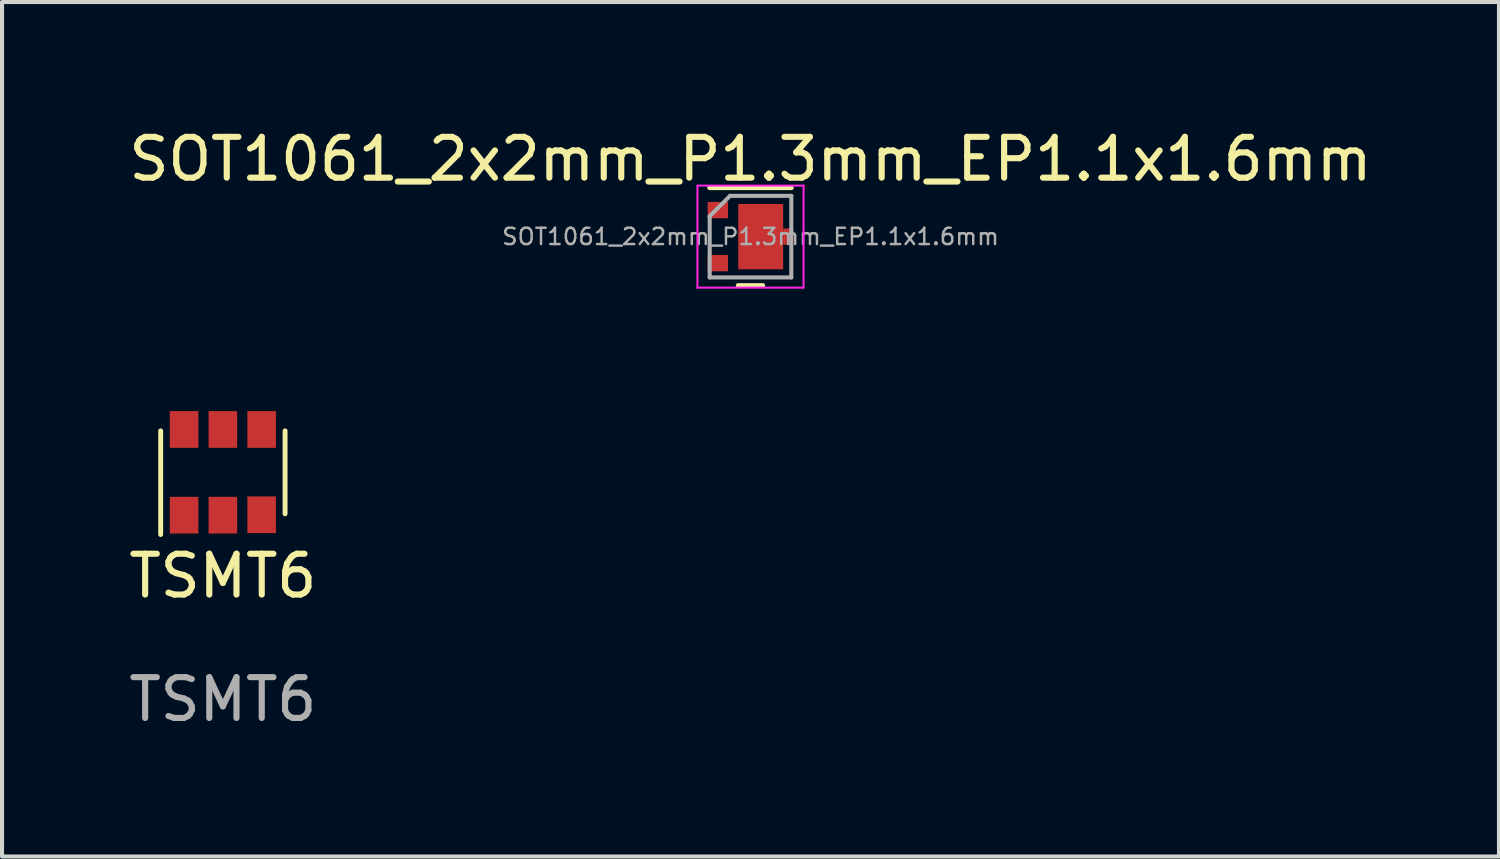
<source format=kicad_pcb>
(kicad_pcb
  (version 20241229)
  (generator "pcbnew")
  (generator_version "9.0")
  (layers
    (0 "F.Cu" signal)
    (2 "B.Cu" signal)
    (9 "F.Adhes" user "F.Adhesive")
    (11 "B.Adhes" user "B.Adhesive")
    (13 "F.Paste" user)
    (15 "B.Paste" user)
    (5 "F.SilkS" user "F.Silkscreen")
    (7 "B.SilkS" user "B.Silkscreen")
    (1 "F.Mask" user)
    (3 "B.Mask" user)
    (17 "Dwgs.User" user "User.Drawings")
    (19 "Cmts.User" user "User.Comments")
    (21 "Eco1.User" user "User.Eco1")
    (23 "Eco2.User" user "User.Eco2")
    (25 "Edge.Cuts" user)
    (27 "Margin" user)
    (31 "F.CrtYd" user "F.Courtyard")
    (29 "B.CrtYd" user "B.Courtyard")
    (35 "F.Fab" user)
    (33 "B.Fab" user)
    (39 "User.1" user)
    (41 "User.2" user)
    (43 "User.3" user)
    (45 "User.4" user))
  (footprint "TSMT6"
    (layer "F.Cu")
    (at 2.411 8.523)
    (property "Reference" "TSMT6" (at 0 2.54 0) (unlocked yes) (layer "F.SilkS") (effects (font (size 1 1) (thickness 0.15))))
    (attr smd)
    (fp_line (start -1.524 -1.016) (end -1.524 1.524) (stroke (width 0.12) (type solid)) (layer "F.SilkS"))
    (fp_line (start 1.524 1.016) (end 1.524 -1.016) (stroke (width 0.12) (type solid)) (layer "F.SilkS"))
    (fp_text user "${REFERENCE}" (at 0 5.564 0) (unlocked yes) (layer "F.Fab") (effects (font (size 1 1) (thickness 0.15))))
    (pad "1" smd rect (at -0.95 1.05) (size 0.7 0.9) (layers "F.Cu" "F.Mask" "F.Paste"))
    (pad "2" smd rect (at 0 1.05) (size 0.7 0.9) (layers "F.Cu" "F.Mask" "F.Paste"))
    (pad "3" smd rect (at 0.95 1.04) (size 0.7 0.9) (layers "F.Cu" "F.Mask" "F.Paste"))
    (pad "4" smd rect (at 0.95 -1.05) (size 0.7 0.9) (layers "F.Cu" "F.Mask" "F.Paste"))
    (pad "5" smd rect (at 0 -1.05) (size 0.7 0.9) (layers "F.Cu" "F.Mask" "F.Paste"))
    (pad "6" smd rect (at -0.95 -1.05) (size 0.7 0.9) (layers "F.Cu" "F.Mask" "F.Paste")))
  (footprint "SOT1061_2x2mm_P1.3mm_EP1.1x1.6mm"
    (layer "F.Cu")
    (at 15.339 2.748)
    (property "Reference" "SOT1061_2x2mm_P1.3mm_EP1.1x1.6mm" (at 0 -1.9 0) (layer "F.SilkS") (effects (font (size 1 1) (thickness 0.15))))
    (attr smd)
    (fp_line (start -0.3 1.2) (end 0.3 1.2) (stroke (width 0.12) (type solid)) (layer "F.SilkS"))
    (fp_line (start 1 -1.2) (end -1 -1.2) (stroke (width 0.12) (type solid)) (layer "F.SilkS"))
    (fp_line (start -1.3 -1.25) (end 1.3 -1.25) (stroke (width 0.05) (type solid)) (layer "F.CrtYd"))
    (fp_line (start -1.3 1.25) (end -1.3 -1.25) (stroke (width 0.05) (type solid)) (layer "F.CrtYd"))
    (fp_line (start 1.3 -1.25) (end 1.3 1.25) (stroke (width 0.05) (type solid)) (layer "F.CrtYd"))
    (fp_line (start 1.3 1.25) (end -1.3 1.25) (stroke (width 0.05) (type solid)) (layer "F.CrtYd"))
    (fp_line (start -1 -0.5) (end -0.5 -1) (stroke (width 0.1) (type solid)) (layer "F.Fab"))
    (fp_line (start -1 1) (end -1 -0.5) (stroke (width 0.1) (type solid)) (layer "F.Fab"))
    (fp_line (start -0.5 -1) (end 1 -1) (stroke (width 0.1) (type solid)) (layer "F.Fab"))
    (fp_line (start 1 -1) (end 1 1) (stroke (width 0.1) (type solid)) (layer "F.Fab"))
    (fp_line (start 1 1) (end -1 1) (stroke (width 0.1) (type solid)) (layer "F.Fab"))
    (fp_text user "${REFERENCE}" (at 0 0 0) (layer "F.Fab") (effects (font (size 0.4 0.4) (thickness 0.06))))
    (pad "1" smd rect (at -0.8 -0.65) (size 0.5 0.4) (layers "F.Cu" "F.Mask" "F.Paste"))
    (pad "2" smd rect (at -0.8 0.65) (size 0.5 0.4) (layers "F.Cu" "F.Mask" "F.Paste"))
    (pad "3" smd rect (at 0.25 0) (size 1.1 1.6) (layers "F.Cu" "F.Mask" "F.Paste"))
    (pad "3" smd rect (at 0.925 0) (size 0.25 0.4) (layers "F.Cu" "F.Mask" "F.Paste")))
  (gr_rect
    (start -3 -3)
    (end 33.679 17.936)
    (stroke (width 0.1) (type default))
    (fill no)
    (layer "Edge.Cuts")))
</source>
